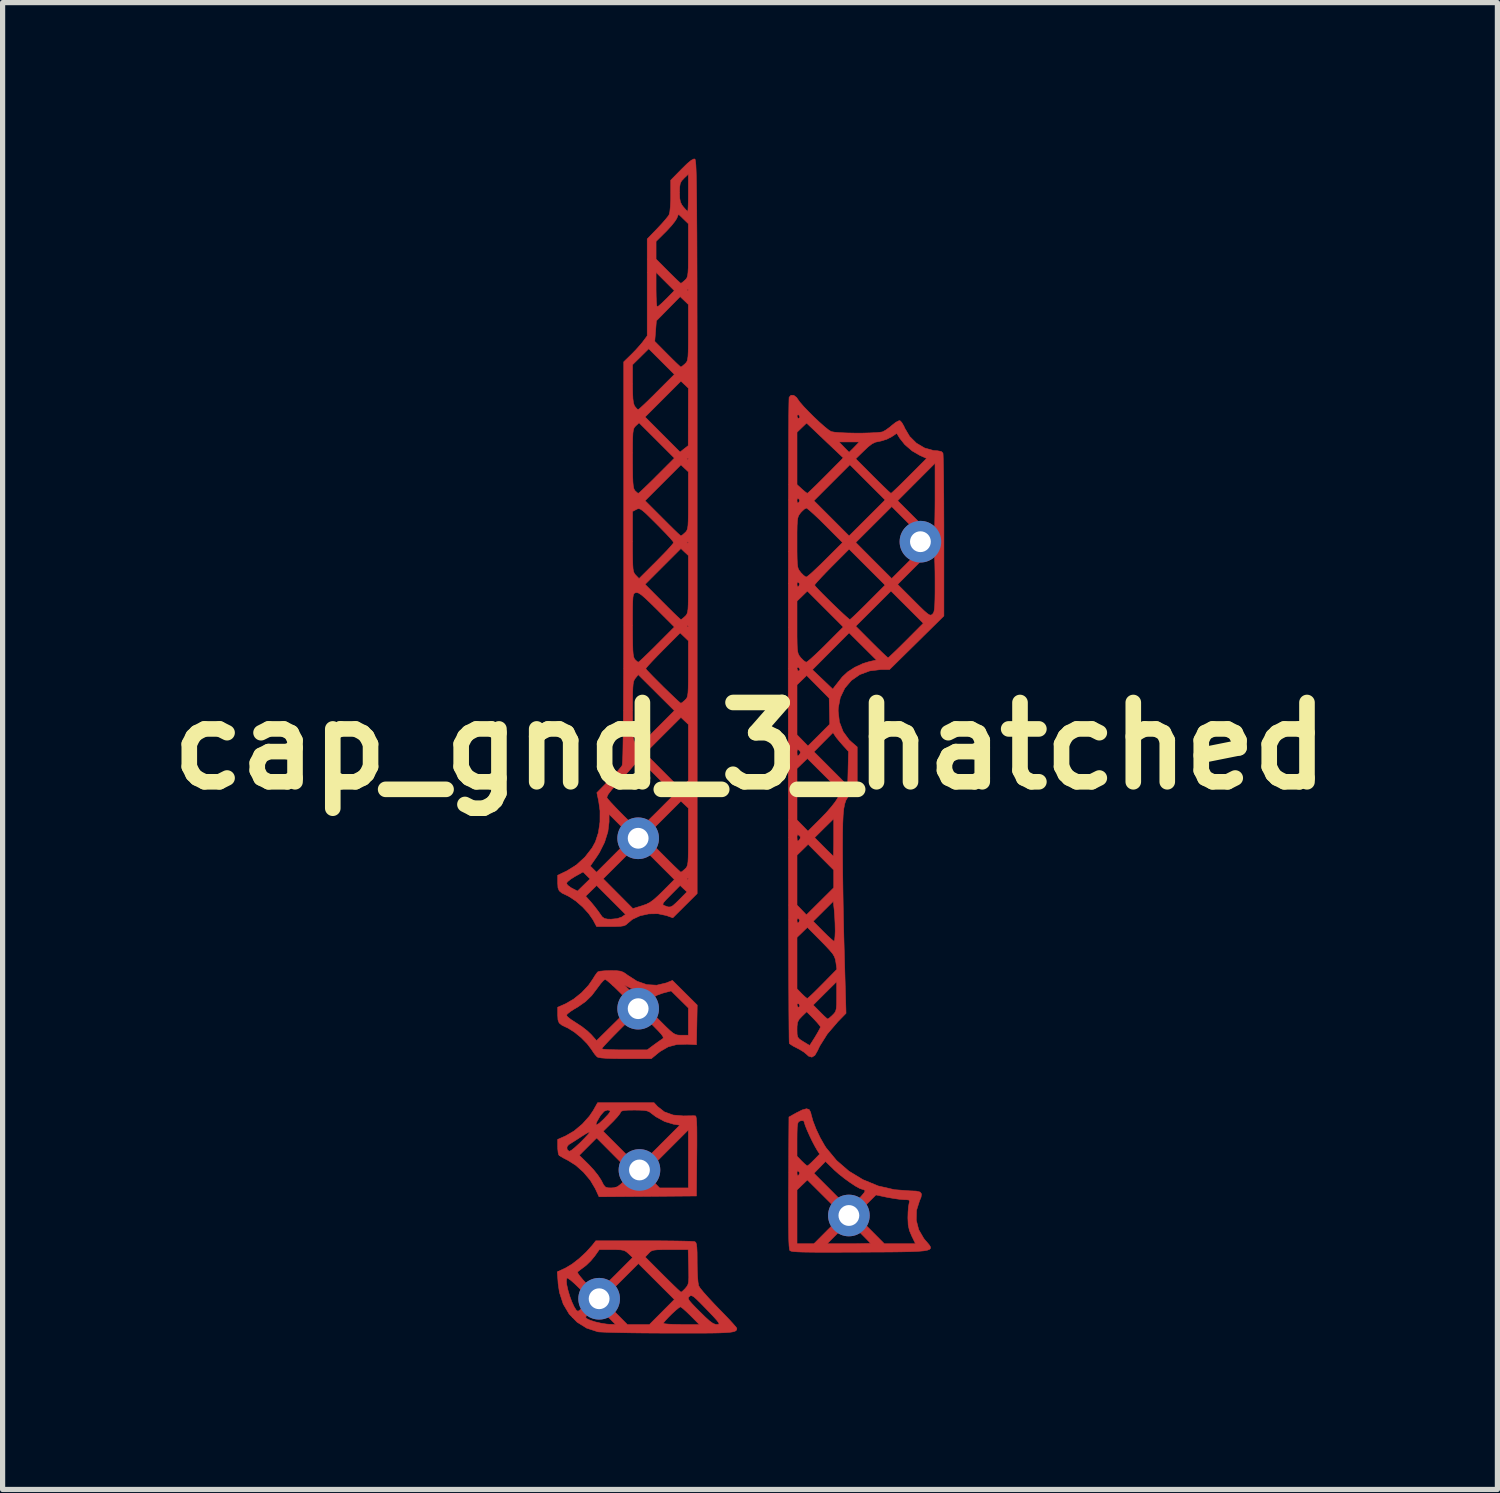
<source format=kicad_pcb>
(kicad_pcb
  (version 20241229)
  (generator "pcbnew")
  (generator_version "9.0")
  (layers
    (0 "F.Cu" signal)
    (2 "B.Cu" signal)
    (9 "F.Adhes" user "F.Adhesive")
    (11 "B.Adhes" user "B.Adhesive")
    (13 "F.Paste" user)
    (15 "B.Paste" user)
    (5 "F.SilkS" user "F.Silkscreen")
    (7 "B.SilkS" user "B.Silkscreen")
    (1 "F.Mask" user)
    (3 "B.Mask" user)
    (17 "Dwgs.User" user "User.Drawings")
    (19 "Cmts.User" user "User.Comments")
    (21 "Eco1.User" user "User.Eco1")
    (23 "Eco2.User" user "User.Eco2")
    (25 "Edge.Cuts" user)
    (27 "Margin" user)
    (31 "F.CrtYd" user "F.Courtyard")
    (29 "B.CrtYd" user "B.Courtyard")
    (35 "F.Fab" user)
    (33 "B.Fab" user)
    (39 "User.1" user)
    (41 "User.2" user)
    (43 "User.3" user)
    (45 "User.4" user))
  (footprint "cap_gnd_3_hatched"
    (layer "F.Cu")
    (at 11.365 11.286)
    (property "Reference" "cap_gnd_3_hatched" (at 0 0 0) (layer "F.SilkS") (effects (font (size 1.524 1.524) (thickness 0.3))))
    (attr through_hole)
    (fp_poly (pts (xy -1.776 6.932) (xy -1.645 7.034) (xy -1.478 7.094) (xy -1.281 7.111) (xy -1.275 7.111) (xy -1.173 7.109) (xy -1.092 7.108) (xy -1.051 7.109) (xy -1.04 7.121) (xy -1.032 7.16) (xy -1.026 7.23) (xy -1.022 7.336) (xy -1.021 7.484) (xy -1.021 7.679) (xy -1.023 7.881) (xy -1.03 8.65) (xy -1.966 8.658) (xy -2.902 8.665) (xy -2.974 8.509) (xy -3.069 8.349) (xy -3.199 8.194) (xy -3.349 8.06) (xy -3.496 7.967) (xy -3.583 7.922) (xy -3.649 7.883) (xy -3.668 7.868) (xy -3.281 7.868) (xy -3.099 8.047) (xy -3.007 8.146) (xy -2.924 8.25) (xy -2.864 8.341) (xy -2.853 8.361) (xy -2.813 8.439) (xy -2.777 8.479) (xy -2.728 8.493) (xy -2.67 8.495) (xy -2.299 8.495) (xy -1.991 8.495) (xy -2.068 8.418) (xy -2.145 8.341) (xy -2.222 8.418) (xy -2.299 8.495) (xy -2.67 8.495) (xy -2.602 8.49) (xy -2.546 8.47) (xy -2.486 8.424) (xy -2.413 8.353) (xy -2.273 8.212) (xy -2.274 8.212) (xy -2.017 8.212) (xy -1.877 8.353) (xy -1.738 8.495) (xy -1.185 8.495) (xy -1.185 7.38) (xy -2.017 8.212) (xy -2.274 8.212) (xy -2.611 7.874) (xy -2.948 7.535) (xy -3.281 7.868) (xy -3.668 7.868) (xy -3.676 7.861) (xy -3.688 7.817) (xy -3.696 7.739) (xy -3.696 7.706) (xy -3.518 7.706) (xy -3.516 7.755) (xy -3.482 7.787) (xy -3.466 7.789) (xy -3.431 7.771) (xy -3.368 7.72) (xy -3.289 7.648) (xy -3.253 7.614) (xy -3.174 7.533) (xy -3.113 7.467) (xy -3.08 7.426) (xy -3.076 7.419) (xy -3.098 7.424) (xy -3.155 7.454) (xy -3.235 7.504) (xy -3.255 7.517) (xy -3.349 7.578) (xy -3.431 7.63) (xy -3.483 7.662) (xy -3.486 7.664) (xy -3.518 7.706) (xy -3.696 7.706) (xy -3.697 7.697) (xy -3.697 7.563) (xy -3.543 7.495) (xy -3.392 7.407) (xy -2.823 7.407) (xy -2.491 7.739) (xy -2.38 7.85) (xy -2.283 7.945) (xy -2.207 8.017) (xy -2.159 8.061) (xy -2.145 8.072) (xy -2.121 8.053) (xy -2.064 7.999) (xy -1.98 7.918) (xy -1.875 7.815) (xy -1.756 7.697) (xy -1.74 7.68) (xy -1.349 7.289) (xy -1.467 7.271) (xy -1.641 7.219) (xy -1.811 7.126) (xy -1.884 7.071) (xy -1.93 7.036) (xy -1.978 7.015) (xy -2.043 7.004) (xy -2.139 7) (xy -2.227 6.999) (xy -2.357 7.001) (xy -2.438 7.009) (xy -2.477 7.023) (xy -2.484 7.035) (xy -2.503 7.071) (xy -2.553 7.133) (xy -2.625 7.211) (xy -2.653 7.239) (xy -2.823 7.407) (xy -3.392 7.407) (xy -3.382 7.401) (xy -3.229 7.273) (xy -2.962 7.273) (xy -2.947 7.284) (xy -2.897 7.252) (xy -2.814 7.175) (xy -2.8 7.16) (xy -2.725 7.081) (xy -2.69 7.033) (xy -2.692 7.008) (xy -2.728 6.999) (xy -2.745 6.999) (xy -2.803 7.021) (xy -2.865 7.092) (xy -2.886 7.122) (xy -2.942 7.219) (xy -2.962 7.273) (xy -3.229 7.273) (xy -3.224 7.269) (xy -3.087 7.116) (xy -3.013 7.006) (xy -2.93 6.858) (xy -1.844 6.858) (xy -1.776 6.932)) (stroke (width 0.01) (type solid)) (fill yes) (layer "F.Cu"))
    (fp_poly (pts (xy -2.565 4.32) (xy -2.489 4.329) (xy -2.432 4.351) (xy -2.374 4.39) (xy -2.353 4.406) (xy -2.171 4.523) (xy -1.983 4.588) (xy -1.794 4.599) (xy -1.61 4.555) (xy -1.607 4.554) (xy -1.491 4.507) (xy -1.253 4.744) (xy -1.015 4.981) (xy -1.022 5.362) (xy -1.03 5.743) (xy -1.209 5.733) (xy -1.406 5.739) (xy -1.572 5.783) (xy -1.723 5.87) (xy -1.764 5.901) (xy -1.897 6.011) (xy -2.397 6.011) (xy -2.6 6.01) (xy -2.751 6.005) (xy -2.856 5.997) (xy -2.919 5.986) (xy -2.939 5.976) (xy -2.981 5.93) (xy -3.031 5.859) (xy -3.043 5.839) (xy -3.057 5.82) (xy -2.85 5.82) (xy -2.824 5.828) (xy -2.75 5.834) (xy -2.64 5.839) (xy -2.501 5.842) (xy -2.413 5.842) (xy -1.976 5.842) (xy -1.853 5.75) (xy -1.774 5.693) (xy -1.708 5.647) (xy -1.682 5.63) (xy -1.667 5.614) (xy -1.673 5.587) (xy -1.704 5.542) (xy -1.765 5.475) (xy -1.861 5.377) (xy -1.89 5.349) (xy -2.145 5.095) (xy -2.498 5.447) (xy -2.612 5.562) (xy -2.711 5.664) (xy -2.787 5.745) (xy -2.836 5.8) (xy -2.85 5.82) (xy -3.057 5.82) (xy -3.129 5.725) (xy -3.245 5.607) (xy -3.375 5.501) (xy -3.499 5.423) (xy -3.522 5.413) (xy -3.615 5.368) (xy -3.668 5.325) (xy -3.691 5.267) (xy -3.696 5.178) (xy -3.528 5.178) (xy -3.505 5.208) (xy -3.445 5.256) (xy -3.359 5.312) (xy -3.343 5.322) (xy -3.233 5.394) (xy -3.128 5.476) (xy -3.053 5.547) (xy -2.949 5.664) (xy -2.258 4.982) (xy -2.261 4.979) (xy -2.004 4.979) (xy -1.985 5.009) (xy -1.933 5.07) (xy -1.855 5.154) (xy -1.759 5.254) (xy -1.729 5.284) (xy -1.619 5.394) (xy -1.539 5.47) (xy -1.481 5.518) (xy -1.434 5.545) (xy -1.39 5.557) (xy -1.34 5.56) (xy -1.32 5.56) (xy -1.185 5.56) (xy -1.185 5.036) (xy -1.516 4.709) (xy -1.679 4.752) (xy -1.786 4.791) (xy -1.884 4.845) (xy -1.96 4.905) (xy -2.001 4.962) (xy -2.004 4.979) (xy -2.261 4.979) (xy -2.504 4.735) (xy -2.601 4.64) (xy -2.649 4.596) (xy -2.413 4.596) (xy -2.287 4.725) (xy -2.213 4.8) (xy -2.166 4.839) (xy -2.136 4.849) (xy -2.109 4.835) (xy -2.094 4.82) (xy -2.063 4.773) (xy -2.073 4.745) (xy -2.091 4.741) (xy -2.132 4.729) (xy -2.205 4.699) (xy -2.268 4.669) (xy -2.413 4.596) (xy -2.649 4.596) (xy -2.686 4.562) (xy -2.75 4.508) (xy -2.784 4.487) (xy -2.785 4.487) (xy -2.817 4.509) (xy -2.869 4.567) (xy -2.929 4.647) (xy -2.933 4.653) (xy -3.043 4.798) (xy -3.161 4.913) (xy -3.306 5.015) (xy -3.378 5.057) (xy -3.457 5.108) (xy -3.512 5.152) (xy -3.528 5.178) (xy -3.696 5.178) (xy -3.697 5.176) (xy -3.697 5.157) (xy -3.697 5.023) (xy -3.543 4.955) (xy -3.39 4.866) (xy -3.237 4.743) (xy -3.104 4.601) (xy -3.026 4.488) (xy -2.978 4.411) (xy -2.938 4.356) (xy -2.922 4.34) (xy -2.881 4.33) (xy -2.8 4.322) (xy -2.695 4.319) (xy -2.678 4.318) (xy -2.565 4.32)) (stroke (width 0.01) (type solid)) (fill yes) (layer "F.Cu"))
    (fp_poly (pts (xy 1.136 6.988) (xy 1.165 7.041) (xy 1.173 7.077) (xy 1.209 7.207) (xy 1.269 7.363) (xy 1.346 7.526) (xy 1.431 7.676) (xy 1.463 7.725) (xy 1.663 7.967) (xy 1.9 8.172) (xy 2.17 8.336) (xy 2.464 8.457) (xy 2.777 8.529) (xy 3.07 8.551) (xy 3.193 8.556) (xy 3.267 8.574) (xy 3.296 8.611) (xy 3.287 8.673) (xy 3.258 8.742) (xy 3.2 8.926) (xy 3.195 9.115) (xy 3.242 9.298) (xy 3.339 9.465) (xy 3.367 9.5) (xy 3.411 9.55) (xy 3.445 9.591) (xy 3.466 9.625) (xy 3.47 9.653) (xy 3.452 9.675) (xy 3.408 9.692) (xy 3.336 9.705) (xy 3.23 9.714) (xy 3.087 9.72) (xy 2.903 9.724) (xy 2.673 9.727) (xy 2.395 9.728) (xy 2.11 9.73) (xy 1.796 9.731) (xy 1.533 9.732) (xy 1.318 9.732) (xy 1.146 9.73) (xy 1.012 9.728) (xy 0.912 9.724) (xy 0.842 9.719) (xy 0.797 9.712) (xy 0.772 9.703) (xy 0.765 9.698) (xy 0.757 9.67) (xy 0.75 9.605) (xy 0.745 9.501) (xy 0.742 9.353) (xy 0.74 9.161) (xy 0.739 8.919) (xy 0.739 8.627) (xy 0.74 8.534) (xy 0.903 8.534) (xy 0.903 9.567) (xy 1.229 9.567) (xy 1.483 9.567) (xy 1.899 9.567) (xy 2.045 9.567) (xy 2.168 9.565) (xy 2.259 9.563) (xy 2.308 9.561) (xy 2.314 9.56) (xy 2.296 9.538) (xy 2.245 9.485) (xy 2.171 9.41) (xy 2.109 9.348) (xy 1.904 9.144) (xy 1.483 9.567) (xy 1.229 9.567) (xy 1.503 9.292) (xy 1.778 9.016) (xy 1.778 9.016) (xy 2.032 9.016) (xy 2.307 9.292) (xy 2.581 9.567) (xy 3.18 9.567) (xy 3.108 9.42) (xy 3.063 9.313) (xy 3.04 9.206) (xy 3.034 9.074) (xy 3.037 8.962) (xy 3.045 8.861) (xy 3.056 8.798) (xy 3.066 8.748) (xy 3.05 8.726) (xy 2.995 8.721) (xy 2.967 8.721) (xy 2.884 8.715) (xy 2.77 8.699) (xy 2.648 8.678) (xy 2.638 8.676) (xy 2.42 8.63) (xy 2.032 9.016) (xy 1.778 9.016) (xy 1.44 8.679) (xy 1.102 8.342) (xy 1.002 8.438) (xy 0.903 8.534) (xy 0.74 8.534) (xy 0.741 8.396) (xy 0.742 8.213) (xy 0.903 8.213) (xy 0.909 8.258) (xy 0.93 8.253) (xy 0.937 8.247) (xy 0.954 8.214) (xy 1.229 8.214) (xy 1.567 8.552) (xy 1.904 8.89) (xy 2.065 8.73) (xy 2.139 8.653) (xy 2.191 8.59) (xy 2.213 8.551) (xy 2.212 8.546) (xy 2.174 8.524) (xy 2.162 8.523) (xy 2.11 8.506) (xy 2.027 8.46) (xy 1.925 8.393) (xy 1.814 8.313) (xy 1.707 8.228) (xy 1.614 8.146) (xy 1.608 8.139) (xy 1.451 7.986) (xy 1.229 8.214) (xy 0.954 8.214) (xy 0.956 8.208) (xy 0.937 8.179) (xy 0.912 8.165) (xy 0.903 8.199) (xy 0.903 8.213) (xy 0.742 8.213) (xy 0.745 7.558) (xy 0.903 7.558) (xy 0.903 7.885) (xy 0.993 7.978) (xy 1.051 8.034) (xy 1.091 8.067) (xy 1.1 8.072) (xy 1.128 8.053) (xy 1.181 8.005) (xy 1.228 7.958) (xy 1.339 7.845) (xy 1.289 7.768) (xy 1.247 7.695) (xy 1.196 7.598) (xy 1.144 7.49) (xy 1.097 7.385) (xy 1.062 7.298) (xy 1.045 7.244) (xy 1.044 7.237) (xy 1.029 7.202) (xy 0.98 7.203) (xy 0.948 7.214) (xy 0.928 7.23) (xy 0.915 7.267) (xy 0.907 7.334) (xy 0.904 7.441) (xy 0.903 7.558) (xy 0.745 7.558) (xy 0.748 7.132) (xy 0.889 7.053) (xy 1.005 6.995) (xy 1.085 6.973) (xy 1.136 6.988)) (stroke (width 0.01) (type solid)) (fill yes) (layer "F.Cu"))
    (fp_poly (pts (xy -1.81 9.511) (xy -1.601 9.513) (xy -1.417 9.515) (xy -1.264 9.518) (xy -1.149 9.521) (xy -1.079 9.525) (xy -1.061 9.528) (xy -1.042 9.543) (xy -1.03 9.577) (xy -1.022 9.64) (xy -1.017 9.739) (xy -1.016 9.884) (xy -1.016 9.921) (xy -1.014 10.069) (xy -1.008 10.202) (xy -0.999 10.307) (xy -0.988 10.372) (xy -0.986 10.377) (xy -0.957 10.423) (xy -0.894 10.5) (xy -0.806 10.599) (xy -0.699 10.714) (xy -0.605 10.812) (xy -0.492 10.928) (xy -0.393 11.031) (xy -0.317 11.115) (xy -0.268 11.172) (xy -0.254 11.194) (xy -0.256 11.216) (xy -0.267 11.235) (xy -0.29 11.25) (xy -0.33 11.261) (xy -0.393 11.271) (xy -0.482 11.277) (xy -0.603 11.282) (xy -0.761 11.285) (xy -0.96 11.286) (xy -1.205 11.286) (xy -1.501 11.286) (xy -1.565 11.286) (xy -1.829 11.285) (xy -2.079 11.283) (xy -2.309 11.28) (xy -2.513 11.276) (xy -2.683 11.272) (xy -2.813 11.267) (xy -2.898 11.263) (xy -2.925 11.26) (xy -3.14 11.19) (xy -3.324 11.075) (xy -3.415 10.982) (xy -3.161 10.982) (xy -3.135 11.009) (xy -3.068 11.04) (xy -2.973 11.07) (xy -2.864 11.095) (xy -2.755 11.112) (xy -2.696 11.116) (xy -2.584 11.12) (xy -2.766 10.936) (xy -2.947 10.753) (xy -3.054 10.857) (xy -3.114 10.92) (xy -3.153 10.966) (xy -3.161 10.982) (xy -3.415 10.982) (xy -3.476 10.919) (xy -3.59 10.727) (xy -3.663 10.503) (xy -3.688 10.335) (xy -3.692 10.272) (xy -3.53 10.272) (xy -3.523 10.354) (xy -3.499 10.46) (xy -3.465 10.575) (xy -3.424 10.686) (xy -3.38 10.78) (xy -3.339 10.845) (xy -3.307 10.866) (xy -3.277 10.847) (xy -3.222 10.799) (xy -3.174 10.752) (xy -3.064 10.639) (xy -2.836 10.639) (xy -2.597 10.879) (xy -2.358 11.12) (xy -1.932 11.12) (xy -1.91 11.097) (xy -1.665 11.097) (xy -1.639 11.106) (xy -1.567 11.113) (xy -1.46 11.118) (xy -1.329 11.12) (xy -1.32 11.12) (xy -0.975 11.12) (xy -1.143 10.95) (xy -1.223 10.873) (xy -1.289 10.814) (xy -1.332 10.783) (xy -1.339 10.781) (xy -1.371 10.8) (xy -1.429 10.848) (xy -1.5 10.913) (xy -1.57 10.983) (xy -1.628 11.045) (xy -1.662 11.088) (xy -1.665 11.097) (xy -1.91 11.097) (xy -1.693 10.879) (xy -1.454 10.639) (xy -1.469 10.624) (xy -1.186 10.624) (xy -1.167 10.66) (xy -1.121 10.714) (xy -1.044 10.795) (xy -0.968 10.871) (xy -0.857 10.98) (xy -0.775 11.054) (xy -0.714 11.097) (xy -0.666 11.117) (xy -0.638 11.12) (xy -0.608 11.117) (xy -0.595 11.107) (xy -0.605 11.082) (xy -0.64 11.037) (xy -0.705 10.965) (xy -0.805 10.86) (xy -0.835 10.829) (xy -0.946 10.715) (xy -1.025 10.637) (xy -1.079 10.589) (xy -1.116 10.568) (xy -1.142 10.566) (xy -1.165 10.58) (xy -1.165 10.58) (xy -1.184 10.6) (xy -1.186 10.624) (xy -1.469 10.624) (xy -2.145 9.949) (xy -2.836 10.639) (xy -3.064 10.639) (xy -3.064 10.639) (xy -3.281 10.422) (xy -3.37 10.336) (xy -3.445 10.27) (xy -3.498 10.232) (xy -3.518 10.226) (xy -3.53 10.272) (xy -3.692 10.272) (xy -3.705 10.109) (xy -3.315 10.109) (xy -3.308 10.137) (xy -3.269 10.191) (xy -3.209 10.263) (xy -3.138 10.339) (xy -3.065 10.411) (xy -3.002 10.467) (xy -2.958 10.497) (xy -2.95 10.499) (xy -2.921 10.48) (xy -2.86 10.427) (xy -2.774 10.347) (xy -2.67 10.247) (xy -2.588 10.166) (xy -2.256 9.833) (xy -2.267 9.823) (xy -2.015 9.823) (xy -1.678 10.161) (xy -1.566 10.272) (xy -1.468 10.368) (xy -1.391 10.442) (xy -1.341 10.487) (xy -1.325 10.499) (xy -1.298 10.48) (xy -1.25 10.433) (xy -1.24 10.421) (xy -1.211 10.385) (xy -1.192 10.348) (xy -1.181 10.297) (xy -1.177 10.222) (xy -1.178 10.11) (xy -1.18 10.012) (xy -1.189 9.68) (xy -1.535 9.68) (xy -1.68 9.681) (xy -1.781 9.684) (xy -1.847 9.691) (xy -1.891 9.704) (xy -1.923 9.726) (xy -1.948 9.752) (xy -2.015 9.823) (xy -2.267 9.823) (xy -2.336 9.757) (xy -2.38 9.719) (xy -2.425 9.696) (xy -2.486 9.685) (xy -2.578 9.681) (xy -2.656 9.68) (xy -2.896 9.68) (xy -2.983 9.803) (xy -3.058 9.894) (xy -3.145 9.979) (xy -3.179 10.006) (xy -3.249 10.058) (xy -3.302 10.099) (xy -3.315 10.109) (xy -3.705 10.109) (xy -3.705 10.109) (xy -3.54 10.031) (xy -3.42 9.959) (xy -3.285 9.854) (xy -3.15 9.729) (xy -3.032 9.598) (xy -3.013 9.574) (xy -2.964 9.511) (xy -2.035 9.511) (xy -1.81 9.511)) (stroke (width 0.01) (type solid)) (fill yes) (layer "F.Cu"))
    (fp_poly (pts (xy -1.062 -11.28) (xy -1.057 -11.275) (xy -1.053 -11.263) (xy -1.049 -11.242) (xy -1.045 -11.21) (xy -1.041 -11.165) (xy -1.038 -11.104) (xy -1.035 -11.026) (xy -1.032 -10.928) (xy -1.03 -10.809) (xy -1.028 -10.667) (xy -1.026 -10.499) (xy -1.024 -10.304) (xy -1.023 -10.079) (xy -1.021 -9.822) (xy -1.02 -9.532) (xy -1.019 -9.206) (xy -1.018 -8.842) (xy -1.018 -8.438) (xy -1.017 -7.993) (xy -1.017 -7.504) (xy -1.016 -6.969) (xy -1.016 -6.385) (xy -1.016 -5.752) (xy -1.016 -5.067) (xy -1.016 -4.328) (xy -1.016 -4.212) (xy -1.016 2.838) (xy -1.484 3.304) (xy -1.607 3.26) (xy -1.772 3.225) (xy -1.947 3.228) (xy -2.115 3.265) (xy -2.261 3.333) (xy -2.354 3.411) (xy -2.385 3.439) (xy -2.426 3.457) (xy -2.488 3.467) (xy -2.586 3.471) (xy -2.678 3.471) (xy -2.949 3.471) (xy -3.016 3.345) (xy -3.1 3.223) (xy -3.216 3.096) (xy -3.348 2.981) (xy -3.479 2.894) (xy -3.49 2.888) (xy -3.159 2.888) (xy -3.062 2.995) (xy -2.986 3.087) (xy -2.91 3.187) (xy -2.89 3.216) (xy -2.842 3.284) (xy -2.797 3.317) (xy -2.735 3.329) (xy -2.67 3.33) (xy -2.554 3.319) (xy -2.468 3.29) (xy -2.459 3.284) (xy -2.393 3.238) (xy -2.67 2.96) (xy -2.948 2.682) (xy -3.159 2.888) (xy -3.49 2.888) (xy -3.521 2.873) (xy -3.615 2.828) (xy -3.667 2.785) (xy -3.691 2.728) (xy -3.696 2.641) (xy -3.528 2.641) (xy -3.505 2.677) (xy -3.447 2.721) (xy -3.422 2.735) (xy -3.316 2.79) (xy -3.196 2.673) (xy -3.076 2.556) (xy -3.078 2.553) (xy -2.822 2.553) (xy -2.537 2.839) (xy -2.252 3.126) (xy -2.079 3.073) (xy -1.996 3.044) (xy -1.982 3.038) (xy -1.676 3.038) (xy -1.669 3.057) (xy -1.641 3.071) (xy -1.635 3.073) (xy -1.577 3.094) (xy -1.532 3.095) (xy -1.485 3.072) (xy -1.424 3.018) (xy -1.36 2.955) (xy -1.212 2.805) (xy -1.278 2.744) (xy -1.343 2.682) (xy -1.523 2.864) (xy -1.608 2.95) (xy -1.657 3.005) (xy -1.676 3.038) (xy -1.982 3.038) (xy -1.924 3.008) (xy -1.851 2.955) (xy -1.764 2.877) (xy -1.68 2.795) (xy -1.454 2.568) (xy -1.468 2.554) (xy -1.214 2.554) (xy -1.199 2.568) (xy -1.185 2.554) (xy -1.199 2.54) (xy -1.214 2.554) (xy -1.468 2.554) (xy -1.799 2.223) (xy -2.145 1.877) (xy -2.483 2.215) (xy -2.822 2.553) (xy -3.078 2.553) (xy -3.209 2.422) (xy -3.369 2.512) (xy -3.451 2.564) (xy -3.508 2.611) (xy -3.528 2.641) (xy -3.696 2.641) (xy -3.697 2.639) (xy -3.697 2.619) (xy -3.697 2.486) (xy -3.519 2.401) (xy -3.369 2.308) (xy -3.07 2.308) (xy -2.95 2.428) (xy -2.611 2.089) (xy -2.272 1.75) (xy -2.273 1.749) (xy -2.017 1.749) (xy -1.679 2.088) (xy -1.567 2.2) (xy -1.47 2.296) (xy -1.393 2.37) (xy -1.343 2.416) (xy -1.329 2.427) (xy -1.301 2.41) (xy -1.253 2.368) (xy -1.251 2.366) (xy -1.228 2.343) (xy -1.212 2.317) (xy -1.2 2.28) (xy -1.192 2.223) (xy -1.188 2.138) (xy -1.186 2.018) (xy -1.185 1.853) (xy -1.185 1.75) (xy -1.185 1.195) (xy -1.257 1.128) (xy -1.328 1.061) (xy -2.017 1.749) (xy -2.273 1.749) (xy -2.491 1.531) (xy -2.709 1.313) (xy -2.709 1.462) (xy -2.732 1.65) (xy -2.796 1.853) (xy -2.896 2.053) (xy -2.949 2.134) (xy -3.07 2.308) (xy -3.369 2.308) (xy -3.339 2.289) (xy -3.173 2.137) (xy -3.036 1.961) (xy -2.971 1.842) (xy -2.914 1.667) (xy -2.884 1.462) (xy -2.883 1.247) (xy -2.908 1.069) (xy -2.926 0.983) (xy -2.751 0.983) (xy -2.75 0.995) (xy -2.726 1.028) (xy -2.672 1.089) (xy -2.595 1.171) (xy -2.504 1.265) (xy -2.408 1.362) (xy -2.316 1.453) (xy -2.235 1.531) (xy -2.176 1.585) (xy -2.146 1.608) (xy -2.144 1.608) (xy -2.121 1.589) (xy -2.064 1.537) (xy -1.982 1.457) (xy -1.88 1.357) (xy -1.792 1.27) (xy -1.468 0.945) (xy -1.214 0.945) (xy -1.199 0.96) (xy -1.185 0.945) (xy -1.199 0.931) (xy -1.214 0.945) (xy -1.468 0.945) (xy -1.454 0.931) (xy -1.793 0.591) (xy -2.131 0.251) (xy -2.23 0.369) (xy -2.291 0.44) (xy -2.378 0.537) (xy -2.478 0.646) (xy -2.548 0.719) (xy -2.658 0.841) (xy -2.725 0.928) (xy -2.751 0.983) (xy -2.926 0.983) (xy -2.944 0.899) (xy -2.717 0.668) (xy -2.623 0.57) (xy -2.542 0.481) (xy -2.483 0.411) (xy -2.458 0.376) (xy -2.454 0.348) (xy -2.449 0.282) (xy -2.445 0.178) (xy -2.444 0.141) (xy -2.017 0.141) (xy -1.343 0.817) (xy -1.264 0.742) (xy -1.185 0.667) (xy -1.185 -0.413) (xy -1.257 -0.481) (xy -1.328 -0.548) (xy -1.673 -0.204) (xy -2.017 0.141) (xy -2.444 0.141) (xy -2.442 0.033) (xy -2.439 -0.154) (xy -2.436 -0.384) (xy -2.434 -0.659) (xy -2.433 -0.68) (xy -2.258 -0.68) (xy -2.257 -0.482) (xy -2.255 -0.332) (xy -2.25 -0.223) (xy -2.242 -0.147) (xy -2.23 -0.097) (xy -2.215 -0.065) (xy -2.214 -0.063) (xy -2.175 -0.016) (xy -2.15 0) (xy -2.124 -0.019) (xy -2.066 -0.072) (xy -1.982 -0.151) (xy -1.879 -0.252) (xy -1.792 -0.339) (xy -1.454 -0.678) (xy -2.148 -1.369) (xy -2.203 -1.302) (xy -2.222 -1.275) (xy -2.236 -1.241) (xy -2.246 -1.191) (xy -2.252 -1.118) (xy -2.256 -1.013) (xy -2.257 -0.867) (xy -2.258 -0.68) (xy -2.433 -0.68) (xy -2.432 -0.982) (xy -2.43 -1.352) (xy -2.43 -1.485) (xy -2.004 -1.485) (xy -1.985 -1.46) (xy -1.933 -1.405) (xy -1.857 -1.326) (xy -1.764 -1.233) (xy -1.664 -1.133) (xy -1.563 -1.035) (xy -1.471 -0.947) (xy -1.396 -0.876) (xy -1.345 -0.831) (xy -1.328 -0.82) (xy -1.301 -0.836) (xy -1.253 -0.877) (xy -1.251 -0.88) (xy -1.228 -0.903) (xy -1.211 -0.929) (xy -1.2 -0.967) (xy -1.192 -1.025) (xy -1.188 -1.111) (xy -1.186 -1.233) (xy -1.185 -1.401) (xy -1.185 -1.481) (xy -1.185 -2.021) (xy -1.264 -2.097) (xy -1.343 -2.172) (xy -1.673 -1.841) (xy -1.783 -1.729) (xy -1.878 -1.63) (xy -1.95 -1.552) (xy -1.994 -1.501) (xy -2.004 -1.485) (xy -2.43 -1.485) (xy -2.429 -1.772) (xy -2.428 -2.243) (xy -2.428 -2.326) (xy -2.258 -2.326) (xy -2.258 -2.32) (xy -2.257 -2.116) (xy -2.255 -1.96) (xy -2.252 -1.846) (xy -2.246 -1.766) (xy -2.237 -1.713) (xy -2.224 -1.679) (xy -2.211 -1.66) (xy -2.169 -1.621) (xy -2.147 -1.609) (xy -2.122 -1.628) (xy -2.065 -1.68) (xy -1.982 -1.76) (xy -1.879 -1.86) (xy -1.792 -1.947) (xy -1.454 -2.286) (xy -1.468 -2.3) (xy -1.214 -2.3) (xy -1.199 -2.286) (xy -1.185 -2.3) (xy -1.199 -2.314) (xy -1.214 -2.3) (xy -1.468 -2.3) (xy -1.792 -2.624) (xy -1.921 -2.751) (xy -2.017 -2.842) (xy -2.086 -2.901) (xy -2.136 -2.935) (xy -2.172 -2.947) (xy -2.194 -2.945) (xy -2.215 -2.939) (xy -2.231 -2.926) (xy -2.242 -2.901) (xy -2.25 -2.855) (xy -2.254 -2.782) (xy -2.257 -2.674) (xy -2.258 -2.524) (xy -2.258 -2.326) (xy -2.428 -2.326) (xy -2.427 -2.767) (xy -2.427 -3.105) (xy -2.017 -3.105) (xy -1.679 -2.766) (xy -1.567 -2.654) (xy -1.47 -2.558) (xy -1.393 -2.484) (xy -1.343 -2.439) (xy -1.329 -2.427) (xy -1.301 -2.444) (xy -1.253 -2.486) (xy -1.251 -2.488) (xy -1.228 -2.511) (xy -1.212 -2.537) (xy -1.2 -2.575) (xy -1.192 -2.631) (xy -1.188 -2.716) (xy -1.186 -2.836) (xy -1.185 -3.001) (xy -1.185 -3.104) (xy -1.185 -3.659) (xy -1.257 -3.726) (xy -1.328 -3.794) (xy -1.673 -3.449) (xy -2.017 -3.105) (xy -2.427 -3.105) (xy -2.427 -3.346) (xy -2.427 -3.534) (xy -2.427 -4.506) (xy -2.258 -4.506) (xy -2.258 -3.927) (xy -2.258 -3.732) (xy -2.256 -3.585) (xy -2.253 -3.479) (xy -2.248 -3.404) (xy -2.239 -3.354) (xy -2.226 -3.321) (xy -2.208 -3.295) (xy -2.196 -3.282) (xy -2.133 -3.216) (xy -1.8 -3.548) (xy -1.69 -3.66) (xy -1.594 -3.759) (xy -1.522 -3.839) (xy -1.478 -3.892) (xy -1.468 -3.909) (xy -1.214 -3.909) (xy -1.199 -3.895) (xy -1.185 -3.909) (xy -1.199 -3.923) (xy -1.214 -3.909) (xy -1.468 -3.909) (xy -1.468 -3.909) (xy -1.487 -3.938) (xy -1.539 -3.999) (xy -1.619 -4.084) (xy -1.719 -4.187) (xy -1.791 -4.26) (xy -1.912 -4.38) (xy -1.999 -4.465) (xy -2.062 -4.52) (xy -2.105 -4.55) (xy -2.137 -4.56) (xy -2.164 -4.555) (xy -2.186 -4.544) (xy -2.258 -4.506) (xy -2.427 -4.506) (xy -2.427 -4.713) (xy -2.017 -4.713) (xy -1.679 -4.375) (xy -1.567 -4.263) (xy -1.47 -4.167) (xy -1.393 -4.093) (xy -1.343 -4.047) (xy -1.329 -4.036) (xy -1.301 -4.053) (xy -1.253 -4.095) (xy -1.251 -4.097) (xy -1.228 -4.12) (xy -1.212 -4.146) (xy -1.2 -4.183) (xy -1.192 -4.24) (xy -1.188 -4.325) (xy -1.186 -4.445) (xy -1.185 -4.61) (xy -1.185 -4.713) (xy -1.185 -5.268) (xy -1.257 -5.335) (xy -1.328 -5.402) (xy -2.017 -4.713) (xy -2.427 -4.713) (xy -2.427 -5.526) (xy -2.258 -5.526) (xy -2.257 -5.328) (xy -2.255 -5.18) (xy -2.251 -5.072) (xy -2.244 -4.998) (xy -2.234 -4.949) (xy -2.22 -4.918) (xy -2.211 -4.906) (xy -2.169 -4.866) (xy -2.147 -4.854) (xy -2.122 -4.873) (xy -2.065 -4.926) (xy -1.982 -5.006) (xy -1.879 -5.106) (xy -1.792 -5.193) (xy -1.468 -5.517) (xy -1.214 -5.517) (xy -1.199 -5.503) (xy -1.185 -5.517) (xy -1.199 -5.532) (xy -1.214 -5.517) (xy -1.468 -5.517) (xy -1.454 -5.532) (xy -1.793 -5.871) (xy -2.133 -6.21) (xy -2.195 -6.152) (xy -2.216 -6.13) (xy -2.232 -6.104) (xy -2.243 -6.066) (xy -2.251 -6.008) (xy -2.255 -5.921) (xy -2.257 -5.798) (xy -2.258 -5.631) (xy -2.258 -5.526) (xy -2.427 -5.526) (xy -2.427 -6.322) (xy -2.017 -6.322) (xy -1.681 -5.985) (xy -1.345 -5.648) (xy -1.267 -5.71) (xy -1.188 -5.771) (xy -1.187 -6.324) (xy -1.185 -6.876) (xy -1.257 -6.944) (xy -1.328 -7.011) (xy -1.673 -6.666) (xy -2.017 -6.322) (xy -2.427 -6.322) (xy -2.427 -7.326) (xy -2.258 -7.326) (xy -2.258 -6.957) (xy -2.256 -6.793) (xy -2.251 -6.676) (xy -2.241 -6.597) (xy -2.225 -6.545) (xy -2.214 -6.526) (xy -2.175 -6.479) (xy -2.15 -6.463) (xy -2.124 -6.482) (xy -2.066 -6.535) (xy -1.982 -6.614) (xy -1.879 -6.715) (xy -1.792 -6.802) (xy -1.454 -7.14) (xy -1.947 -7.633) (xy -2.258 -7.326) (xy -2.427 -7.326) (xy -2.427 -7.382) (xy -2.283 -7.522) (xy -2.195 -7.612) (xy -2.111 -7.706) (xy -2.057 -7.772) (xy -2.055 -7.775) (xy -1.831 -7.775) (xy -1.586 -7.528) (xy -1.492 -7.434) (xy -1.412 -7.356) (xy -1.355 -7.303) (xy -1.329 -7.281) (xy -1.329 -7.281) (xy -1.302 -7.299) (xy -1.253 -7.34) (xy -1.251 -7.343) (xy -1.228 -7.366) (xy -1.211 -7.392) (xy -1.2 -7.43) (xy -1.192 -7.488) (xy -1.188 -7.574) (xy -1.186 -7.696) (xy -1.185 -7.864) (xy -1.185 -7.944) (xy -1.185 -8.484) (xy -1.264 -8.56) (xy -1.343 -8.635) (xy -1.571 -8.403) (xy -1.8 -8.17) (xy -1.815 -7.973) (xy -1.831 -7.775) (xy -2.055 -7.775) (xy -1.976 -7.882) (xy -1.976 -8.77) (xy -1.806 -8.77) (xy -1.804 -8.641) (xy -1.8 -8.535) (xy -1.793 -8.464) (xy -1.784 -8.438) (xy -1.755 -8.457) (xy -1.698 -8.507) (xy -1.625 -8.578) (xy -1.608 -8.594) (xy -1.455 -8.75) (xy -1.468 -8.763) (xy -1.214 -8.763) (xy -1.199 -8.749) (xy -1.185 -8.763) (xy -1.199 -8.777) (xy -1.214 -8.763) (xy -1.468 -8.763) (xy -1.63 -8.925) (xy -1.806 -9.101) (xy -1.806 -8.77) (xy -1.976 -8.77) (xy -1.976 -9.696) (xy -1.806 -9.696) (xy -1.806 -9.357) (xy -1.574 -9.123) (xy -1.482 -9.032) (xy -1.405 -8.957) (xy -1.351 -8.907) (xy -1.329 -8.89) (xy -1.302 -8.907) (xy -1.253 -8.949) (xy -1.251 -8.951) (xy -1.227 -8.975) (xy -1.211 -9.002) (xy -1.199 -9.042) (xy -1.192 -9.101) (xy -1.187 -9.19) (xy -1.186 -9.317) (xy -1.185 -9.49) (xy -1.185 -9.524) (xy -1.185 -10.036) (xy -1.28 -10.128) (xy -1.375 -10.22) (xy -1.408 -10.138) (xy -1.444 -10.082) (xy -1.508 -10.001) (xy -1.591 -9.91) (xy -1.624 -9.876) (xy -1.806 -9.696) (xy -1.976 -9.696) (xy -1.976 -9.743) (xy -1.782 -9.944) (xy -1.695 -10.037) (xy -1.621 -10.122) (xy -1.57 -10.186) (xy -1.556 -10.208) (xy -1.542 -10.262) (xy -1.532 -10.358) (xy -1.525 -10.483) (xy -1.524 -10.571) (xy -1.524 -10.637) (xy -1.355 -10.637) (xy -1.351 -10.527) (xy -1.338 -10.454) (xy -1.31 -10.397) (xy -1.282 -10.36) (xy -1.233 -10.305) (xy -1.201 -10.275) (xy -1.197 -10.273) (xy -1.193 -10.299) (xy -1.189 -10.372) (xy -1.186 -10.479) (xy -1.185 -10.611) (xy -1.185 -10.631) (xy -1.185 -10.989) (xy -1.27 -10.908) (xy -1.316 -10.859) (xy -1.341 -10.81) (xy -1.352 -10.743) (xy -1.355 -10.639) (xy -1.355 -10.637) (xy -1.524 -10.637) (xy -1.524 -10.873) (xy -1.316 -11.085) (xy -1.208 -11.191) (xy -1.131 -11.255) (xy -1.08 -11.281) (xy -1.062 -11.28)) (stroke (width 0.01) (type solid)) (fill yes) (layer "F.Cu"))
    (fp_poly (pts (xy 0.842 -6.737) (xy 0.896 -6.696) (xy 0.914 -6.668) (xy 0.956 -6.609) (xy 1.028 -6.526) (xy 1.122 -6.428) (xy 1.227 -6.323) (xy 1.333 -6.223) (xy 1.431 -6.136) (xy 1.511 -6.072) (xy 1.561 -6.041) (xy 1.622 -6.03) (xy 1.725 -6.021) (xy 1.858 -6.015) (xy 2.009 -6.012) (xy 2.163 -6.012) (xy 2.309 -6.016) (xy 2.432 -6.022) (xy 2.52 -6.031) (xy 2.551 -6.038) (xy 2.613 -6.073) (xy 2.692 -6.131) (xy 2.733 -6.166) (xy 2.802 -6.22) (xy 2.86 -6.249) (xy 2.882 -6.251) (xy 2.915 -6.218) (xy 2.955 -6.15) (xy 2.975 -6.105) (xy 3.068 -5.948) (xy 3.198 -5.819) (xy 3.355 -5.726) (xy 3.526 -5.678) (xy 3.6 -5.673) (xy 3.676 -5.659) (xy 3.708 -5.628) (xy 3.711 -5.592) (xy 3.714 -5.505) (xy 3.717 -5.372) (xy 3.72 -5.199) (xy 3.722 -4.99) (xy 3.724 -4.752) (xy 3.725 -4.488) (xy 3.726 -4.206) (xy 3.726 -4.041) (xy 3.726 -2.498) (xy 3.204 -1.983) (xy 2.681 -1.468) (xy 2.517 -1.468) (xy 2.302 -1.442) (xy 2.11 -1.371) (xy 1.948 -1.258) (xy 1.821 -1.109) (xy 1.735 -0.93) (xy 1.696 -0.727) (xy 1.694 -0.669) (xy 1.718 -0.461) (xy 1.79 -0.274) (xy 1.905 -0.117) (xy 1.949 -0.076) (xy 2.06 0.02) (xy 2.06 0.836) (xy 1.973 0.901) (xy 1.92 0.943) (xy 1.877 0.989) (xy 1.844 1.043) (xy 1.82 1.114) (xy 1.802 1.207) (xy 1.79 1.329) (xy 1.783 1.487) (xy 1.779 1.687) (xy 1.778 1.936) (xy 1.778 1.976) (xy 1.779 2.185) (xy 1.781 2.439) (xy 1.785 2.724) (xy 1.79 3.03) (xy 1.796 3.344) (xy 1.803 3.654) (xy 1.811 3.945) (xy 1.845 5.139) (xy 1.688 5.3) (xy 1.486 5.536) (xy 1.338 5.771) (xy 1.299 5.855) (xy 1.246 5.947) (xy 1.189 5.982) (xy 1.126 5.963) (xy 1.087 5.927) (xy 1.032 5.882) (xy 0.949 5.831) (xy 0.906 5.809) (xy 0.827 5.768) (xy 0.771 5.731) (xy 0.755 5.717) (xy 0.753 5.686) (xy 0.751 5.602) (xy 0.75 5.468) (xy 0.749 5.45) (xy 0.903 5.45) (xy 0.905 5.542) (xy 0.918 5.597) (xy 0.951 5.636) (xy 1.016 5.679) (xy 1.023 5.683) (xy 1.092 5.725) (xy 1.137 5.751) (xy 1.146 5.756) (xy 1.161 5.735) (xy 1.198 5.677) (xy 1.249 5.596) (xy 1.252 5.591) (xy 1.303 5.504) (xy 1.34 5.437) (xy 1.355 5.402) (xy 1.355 5.401) (xy 1.336 5.371) (xy 1.288 5.314) (xy 1.222 5.243) (xy 1.089 5.109) (xy 0.996 5.199) (xy 0.942 5.257) (xy 0.914 5.313) (xy 0.904 5.388) (xy 0.903 5.45) (xy 0.749 5.45) (xy 0.748 5.287) (xy 0.746 5.061) (xy 0.746 4.98) (xy 0.903 4.98) (xy 0.918 5.018) (xy 0.931 5.024) (xy 0.959 5.003) (xy 0.96 4.997) (xy 0.95 4.98) (xy 1.214 4.98) (xy 1.347 5.114) (xy 1.416 5.183) (xy 1.468 5.231) (xy 1.493 5.249) (xy 1.52 5.232) (xy 1.571 5.188) (xy 1.586 5.173) (xy 1.622 5.136) (xy 1.645 5.099) (xy 1.658 5.048) (xy 1.664 4.971) (xy 1.665 4.854) (xy 1.665 4.814) (xy 1.665 4.531) (xy 1.439 4.755) (xy 1.214 4.98) (xy 0.95 4.98) (xy 0.939 4.959) (xy 0.931 4.953) (xy 0.907 4.959) (xy 0.903 4.98) (xy 0.746 4.98) (xy 0.745 4.795) (xy 0.743 4.492) (xy 0.742 4.153) (xy 0.741 3.783) (xy 0.74 3.68) (xy 0.903 3.68) (xy 0.903 4.668) (xy 0.993 4.761) (xy 1.051 4.817) (xy 1.092 4.85) (xy 1.101 4.854) (xy 1.126 4.835) (xy 1.183 4.783) (xy 1.263 4.705) (xy 1.36 4.608) (xy 1.394 4.574) (xy 1.669 4.294) (xy 1.65 4.158) (xy 1.639 4.099) (xy 1.62 4.047) (xy 1.586 3.991) (xy 1.529 3.924) (xy 1.444 3.833) (xy 1.367 3.754) (xy 1.102 3.487) (xy 1.003 3.584) (xy 0.903 3.68) (xy 0.74 3.68) (xy 0.74 3.385) (xy 0.74 3.358) (xy 0.903 3.358) (xy 0.909 3.403) (xy 0.93 3.399) (xy 0.937 3.392) (xy 0.948 3.371) (xy 1.214 3.371) (xy 1.403 3.562) (xy 1.487 3.645) (xy 1.557 3.709) (xy 1.603 3.747) (xy 1.615 3.754) (xy 1.626 3.728) (xy 1.633 3.659) (xy 1.637 3.562) (xy 1.637 3.546) (xy 1.634 3.41) (xy 1.627 3.265) (xy 1.619 3.163) (xy 1.6 2.987) (xy 1.407 3.179) (xy 1.214 3.371) (xy 0.948 3.371) (xy 0.956 3.354) (xy 0.937 3.325) (xy 0.912 3.311) (xy 0.903 3.345) (xy 0.903 3.358) (xy 0.74 3.358) (xy 0.739 2.961) (xy 0.738 2.516) (xy 0.737 2.1) (xy 0.903 2.1) (xy 0.903 3.059) (xy 0.994 3.153) (xy 1.084 3.247) (xy 1.609 2.725) (xy 1.609 2.386) (xy 1.363 2.139) (xy 1.117 1.891) (xy 1.01 1.996) (xy 0.903 2.1) (xy 0.737 2.1) (xy 0.737 2.051) (xy 0.737 1.76) (xy 0.903 1.76) (xy 0.907 1.82) (xy 0.924 1.829) (xy 0.956 1.796) (xy 0.969 1.762) (xy 1.242 1.762) (xy 1.417 1.939) (xy 1.496 2.018) (xy 1.559 2.079) (xy 1.595 2.113) (xy 1.601 2.117) (xy 1.604 2.09) (xy 1.606 2.018) (xy 1.608 1.91) (xy 1.609 1.778) (xy 1.609 1.758) (xy 1.609 1.399) (xy 1.425 1.58) (xy 1.242 1.762) (xy 0.969 1.762) (xy 0.972 1.755) (xy 0.946 1.722) (xy 0.915 1.704) (xy 0.904 1.731) (xy 0.903 1.76) (xy 0.737 1.76) (xy 0.736 1.571) (xy 0.736 1.078) (xy 0.735 0.575) (xy 0.735 0.434) (xy 0.903 0.434) (xy 0.903 1.423) (xy 1.008 1.53) (xy 1.113 1.638) (xy 1.362 1.39) (xy 1.466 1.282) (xy 1.561 1.173) (xy 1.636 1.077) (xy 1.678 1.013) (xy 1.744 0.882) (xy 1.102 0.242) (xy 0.903 0.434) (xy 0.735 0.434) (xy 0.735 0.124) (xy 0.903 0.124) (xy 0.907 0.183) (xy 0.924 0.192) (xy 0.956 0.159) (xy 0.972 0.118) (xy 0.968 0.113) (xy 1.229 0.113) (xy 1.877 0.763) (xy 1.885 0.435) (xy 1.893 0.107) (xy 1.786 -0.01) (xy 1.718 -0.088) (xy 1.659 -0.16) (xy 1.637 -0.192) (xy 1.595 -0.256) (xy 1.412 -0.072) (xy 1.229 0.113) (xy 0.968 0.113) (xy 0.946 0.085) (xy 0.915 0.067) (xy 0.904 0.094) (xy 0.903 0.124) (xy 0.735 0.124) (xy 0.735 0.065) (xy 0.735 -0.447) (xy 0.734 -0.961) (xy 0.734 -1.174) (xy 0.903 -1.174) (xy 0.903 -0.214) (xy 1.113 0.001) (xy 1.323 -0.208) (xy 1.532 -0.418) (xy 1.527 -0.668) (xy 1.521 -0.917) (xy 1.305 -1.136) (xy 1.089 -1.354) (xy 0.996 -1.264) (xy 0.903 -1.174) (xy 0.734 -1.174) (xy 0.734 -1.471) (xy 0.734 -1.483) (xy 0.903 -1.483) (xy 0.918 -1.445) (xy 0.931 -1.439) (xy 0.959 -1.46) (xy 0.959 -1.464) (xy 1.199 -1.464) (xy 1.395 -1.278) (xy 1.59 -1.092) (xy 1.642 -1.16) (xy 1.694 -1.226) (xy 1.757 -1.306) (xy 1.774 -1.327) (xy 1.876 -1.422) (xy 2.014 -1.511) (xy 2.169 -1.583) (xy 2.291 -1.62) (xy 2.429 -1.651) (xy 1.904 -2.173) (xy 1.199 -1.464) (xy 0.959 -1.464) (xy 0.96 -1.466) (xy 0.939 -1.504) (xy 0.931 -1.51) (xy 0.907 -1.503) (xy 0.903 -1.483) (xy 0.734 -1.483) (xy 0.735 -1.975) (xy 0.735 -2.47) (xy 0.735 -2.783) (xy 0.903 -2.783) (xy 0.903 -2.283) (xy 0.903 -2.103) (xy 0.905 -1.972) (xy 0.908 -1.878) (xy 0.916 -1.813) (xy 0.927 -1.769) (xy 0.945 -1.735) (xy 0.969 -1.704) (xy 0.976 -1.695) (xy 1.03 -1.64) (xy 1.074 -1.61) (xy 1.082 -1.609) (xy 1.112 -1.628) (xy 1.175 -1.681) (xy 1.262 -1.761) (xy 1.367 -1.861) (xy 1.454 -1.947) (xy 1.792 -2.286) (xy 1.777 -2.301) (xy 2.032 -2.301) (xy 2.335 -1.997) (xy 2.441 -1.892) (xy 2.533 -1.802) (xy 2.603 -1.736) (xy 2.645 -1.699) (xy 2.653 -1.693) (xy 2.677 -1.712) (xy 2.733 -1.765) (xy 2.816 -1.844) (xy 2.918 -1.944) (xy 2.999 -2.025) (xy 3.33 -2.357) (xy 3.02 -2.667) (xy 2.709 -2.977) (xy 2.371 -2.639) (xy 2.032 -2.301) (xy 1.777 -2.301) (xy 1.102 -2.976) (xy 0.903 -2.783) (xy 0.735 -2.783) (xy 0.735 -2.953) (xy 0.735 -3.104) (xy 0.903 -3.104) (xy 0.909 -3.06) (xy 0.93 -3.064) (xy 0.937 -3.071) (xy 0.947 -3.09) (xy 1.241 -3.09) (xy 1.26 -3.064) (xy 1.312 -3.007) (xy 1.389 -2.928) (xy 1.482 -2.835) (xy 1.583 -2.736) (xy 1.684 -2.639) (xy 1.777 -2.551) (xy 1.853 -2.482) (xy 1.903 -2.439) (xy 1.92 -2.428) (xy 1.943 -2.447) (xy 2 -2.499) (xy 2.082 -2.578) (xy 2.184 -2.678) (xy 2.265 -2.759) (xy 2.596 -3.091) (xy 2.583 -3.104) (xy 2.837 -3.104) (xy 3.146 -2.795) (xy 3.263 -2.678) (xy 3.348 -2.596) (xy 3.407 -2.545) (xy 3.447 -2.519) (xy 3.475 -2.513) (xy 3.497 -2.524) (xy 3.505 -2.531) (xy 3.522 -2.551) (xy 3.535 -2.582) (xy 3.544 -2.63) (xy 3.55 -2.704) (xy 3.554 -2.811) (xy 3.556 -2.959) (xy 3.556 -3.155) (xy 3.556 -3.164) (xy 3.555 -3.34) (xy 3.552 -3.496) (xy 3.547 -3.624) (xy 3.542 -3.715) (xy 3.535 -3.761) (xy 3.533 -3.765) (xy 3.506 -3.75) (xy 3.447 -3.702) (xy 3.363 -3.625) (xy 3.26 -3.527) (xy 3.174 -3.442) (xy 2.837 -3.104) (xy 2.583 -3.104) (xy 2.25 -3.436) (xy 1.904 -3.782) (xy 1.573 -3.45) (xy 1.463 -3.338) (xy 1.368 -3.238) (xy 1.295 -3.159) (xy 1.251 -3.107) (xy 1.241 -3.09) (xy 0.947 -3.09) (xy 0.956 -3.109) (xy 0.937 -3.138) (xy 0.912 -3.152) (xy 0.903 -3.118) (xy 0.903 -3.104) (xy 0.735 -3.104) (xy 0.736 -3.42) (xy 0.736 -3.87) (xy 0.736 -3.909) (xy 0.903 -3.909) (xy 0.903 -3.732) (xy 0.905 -3.602) (xy 0.909 -3.51) (xy 0.916 -3.447) (xy 0.928 -3.403) (xy 0.947 -3.37) (xy 0.972 -3.338) (xy 0.976 -3.332) (xy 1.03 -3.277) (xy 1.074 -3.247) (xy 1.082 -3.246) (xy 1.111 -3.265) (xy 1.174 -3.317) (xy 1.26 -3.397) (xy 1.365 -3.497) (xy 1.446 -3.577) (xy 1.778 -3.908) (xy 1.776 -3.91) (xy 2.032 -3.91) (xy 2.377 -3.563) (xy 2.723 -3.217) (xy 3.055 -3.549) (xy 3.165 -3.66) (xy 3.26 -3.76) (xy 3.333 -3.839) (xy 3.377 -3.891) (xy 3.387 -3.908) (xy 3.368 -3.936) (xy 3.315 -3.997) (xy 3.235 -4.083) (xy 3.136 -4.187) (xy 3.055 -4.268) (xy 2.724 -4.6) (xy 2.378 -4.255) (xy 2.032 -3.91) (xy 1.776 -3.91) (xy 1.447 -4.24) (xy 1.335 -4.351) (xy 1.234 -4.446) (xy 1.154 -4.518) (xy 1.1 -4.562) (xy 1.082 -4.572) (xy 1.045 -4.552) (xy 0.991 -4.502) (xy 0.976 -4.485) (xy 0.95 -4.452) (xy 0.931 -4.42) (xy 0.918 -4.378) (xy 0.91 -4.319) (xy 0.905 -4.232) (xy 0.903 -4.108) (xy 0.903 -3.938) (xy 0.903 -3.909) (xy 0.736 -3.909) (xy 0.737 -4.297) (xy 0.738 -4.7) (xy 0.738 -4.713) (xy 0.903 -4.713) (xy 0.909 -4.668) (xy 0.93 -4.673) (xy 0.937 -4.679) (xy 0.954 -4.713) (xy 1.228 -4.713) (xy 1.566 -4.375) (xy 1.904 -4.036) (xy 2.25 -4.381) (xy 2.583 -4.713) (xy 2.837 -4.713) (xy 3.175 -4.375) (xy 3.287 -4.263) (xy 3.387 -4.167) (xy 3.466 -4.093) (xy 3.518 -4.047) (xy 3.534 -4.036) (xy 3.54 -4.063) (xy 3.546 -4.139) (xy 3.55 -4.256) (xy 3.553 -4.406) (xy 3.555 -4.583) (xy 3.556 -4.734) (xy 3.556 -5.433) (xy 2.837 -4.713) (xy 2.583 -4.713) (xy 2.597 -4.727) (xy 1.919 -5.404) (xy 1.574 -5.059) (xy 1.228 -4.713) (xy 0.954 -4.713) (xy 0.956 -4.718) (xy 0.937 -4.747) (xy 0.912 -4.761) (xy 0.903 -4.727) (xy 0.903 -4.713) (xy 0.738 -4.713) (xy 0.739 -5.075) (xy 0.74 -5.419) (xy 0.741 -5.729) (xy 0.742 -6.002) (xy 0.742 -6.028) (xy 0.903 -6.028) (xy 0.903 -5.023) (xy 0.995 -4.939) (xy 1.054 -4.888) (xy 1.094 -4.858) (xy 1.101 -4.855) (xy 1.125 -4.874) (xy 1.181 -4.926) (xy 1.264 -5.006) (xy 1.365 -5.106) (xy 1.454 -5.195) (xy 1.775 -5.519) (xy 2.032 -5.519) (xy 2.363 -5.186) (xy 2.474 -5.076) (xy 2.571 -4.981) (xy 2.647 -4.908) (xy 2.696 -4.864) (xy 2.709 -4.854) (xy 2.733 -4.873) (xy 2.79 -4.926) (xy 2.873 -5.005) (xy 2.974 -5.105) (xy 3.059 -5.19) (xy 3.394 -5.526) (xy 3.269 -5.581) (xy 3.114 -5.671) (xy 2.975 -5.791) (xy 2.878 -5.913) (xy 2.82 -6.008) (xy 2.72 -5.941) (xy 2.628 -5.894) (xy 2.518 -5.86) (xy 2.489 -5.854) (xy 2.412 -5.838) (xy 2.345 -5.806) (xy 2.271 -5.749) (xy 2.194 -5.677) (xy 2.032 -5.519) (xy 1.775 -5.519) (xy 1.792 -5.536) (xy 1.469 -5.842) (xy 1.71 -5.842) (xy 1.806 -5.743) (xy 1.862 -5.686) (xy 1.898 -5.65) (xy 1.905 -5.644) (xy 1.924 -5.663) (xy 1.971 -5.709) (xy 2.004 -5.743) (xy 2.1 -5.842) (xy 1.71 -5.842) (xy 1.469 -5.842) (xy 1.087 -6.205) (xy 0.995 -6.117) (xy 0.903 -6.028) (xy 0.742 -6.028) (xy 0.744 -6.235) (xy 0.744 -6.338) (xy 0.903 -6.338) (xy 0.918 -6.299) (xy 0.931 -6.294) (xy 0.959 -6.314) (xy 0.96 -6.32) (xy 0.939 -6.358) (xy 0.931 -6.364) (xy 0.907 -6.358) (xy 0.903 -6.338) (xy 0.744 -6.338) (xy 0.745 -6.424) (xy 0.747 -6.566) (xy 0.749 -6.659) (xy 0.751 -6.699) (xy 0.751 -6.7) (xy 0.788 -6.74) (xy 0.842 -6.737)) (stroke (width 0.01) (type solid)) (fill yes) (layer "F.Cu"))
    (pad "1" thru_hole circle (at -2.9 10.625) (size 0.8 0.8) (drill 0.4) (layers "*.Cu"))
    (pad "1" thru_hole circle (at -2.15 1.775) (size 0.8 0.8) (drill 0.4) (layers "*.Cu"))
    (pad "1" thru_hole circle (at -2.15 5.05) (size 0.8 0.8) (drill 0.4) (layers "*.Cu"))
    (pad "1" thru_hole circle (at -2.125 8.15) (size 0.8 0.8) (drill 0.4) (layers "*.Cu"))
    (pad "1" thru_hole circle (at 1.9 9.025) (size 0.8 0.8) (drill 0.4) (layers "*.Cu"))
    (pad "1" thru_hole circle (at 3.275 -3.925) (size 0.8 0.8) (drill 0.4) (layers "*.Cu")))
  (gr_rect
    (start -3 -3)
    (end 25.729 25.577)
    (stroke (width 0.1) (type default))
    (fill no)
    (layer "Edge.Cuts")))
</source>
